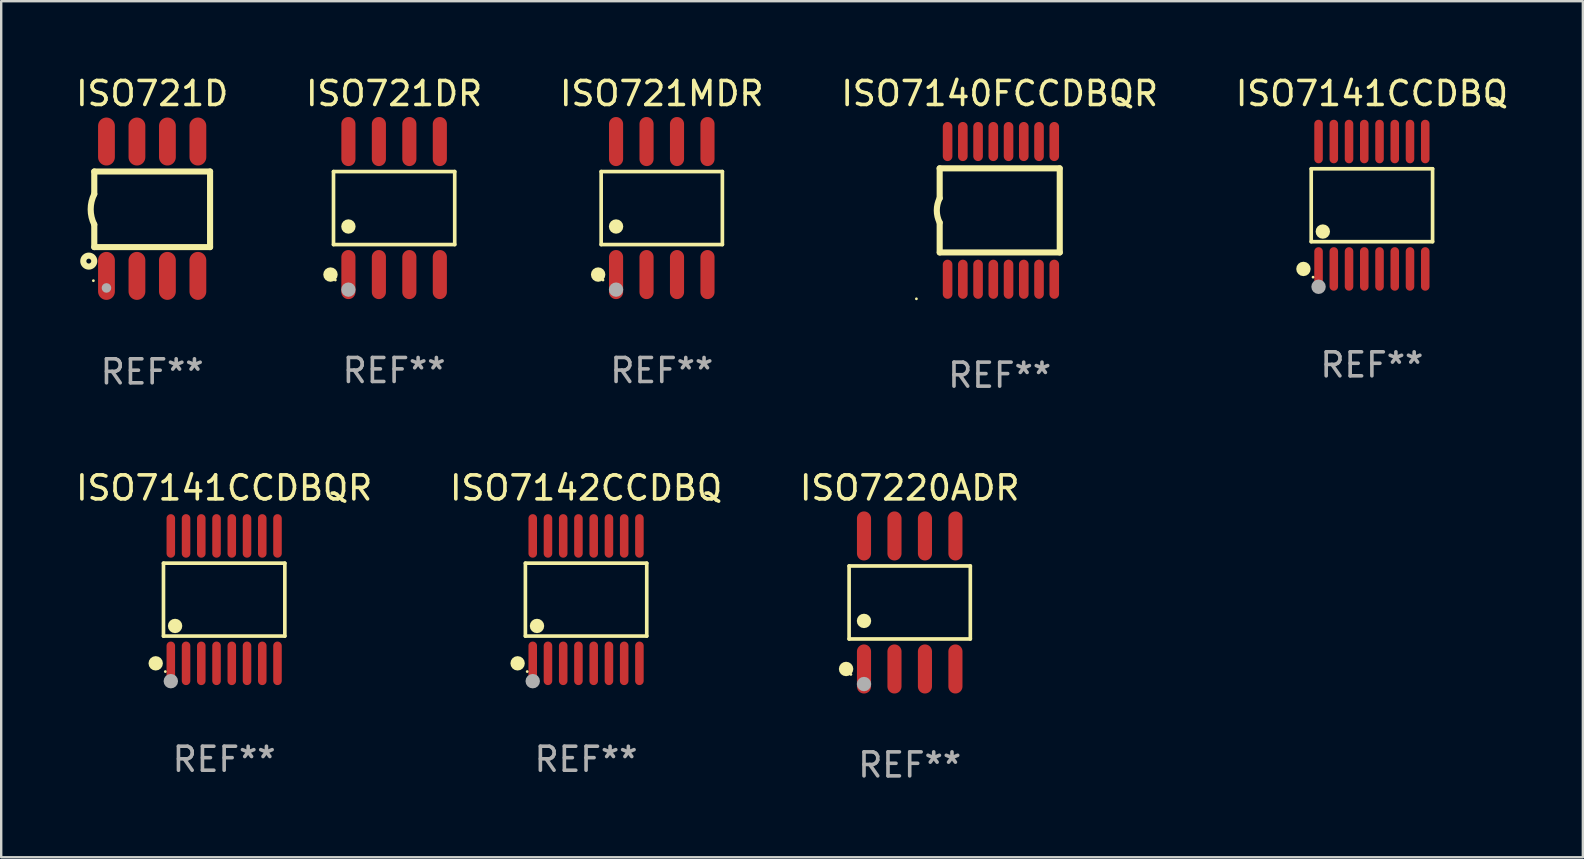
<source format=kicad_pcb>
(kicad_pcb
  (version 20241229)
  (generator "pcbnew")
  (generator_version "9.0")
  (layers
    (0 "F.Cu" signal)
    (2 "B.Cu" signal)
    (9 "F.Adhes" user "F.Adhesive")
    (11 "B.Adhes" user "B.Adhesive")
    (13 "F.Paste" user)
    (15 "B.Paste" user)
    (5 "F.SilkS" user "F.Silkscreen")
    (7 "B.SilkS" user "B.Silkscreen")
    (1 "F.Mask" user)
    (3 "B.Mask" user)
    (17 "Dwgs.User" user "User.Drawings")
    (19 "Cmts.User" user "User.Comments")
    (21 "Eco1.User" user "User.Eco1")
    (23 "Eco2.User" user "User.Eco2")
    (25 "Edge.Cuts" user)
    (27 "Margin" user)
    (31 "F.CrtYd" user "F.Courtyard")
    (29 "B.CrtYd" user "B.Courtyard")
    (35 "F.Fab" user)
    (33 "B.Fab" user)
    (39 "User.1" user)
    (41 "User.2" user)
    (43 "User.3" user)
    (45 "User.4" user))
  (footprint "ISO7141CCDBQR"
    (layer "F.Cu")
    (at 6.292 21.94)
    (property "Reference" "ISO7141CCDBQR" (at 0 -4.655 0) (layer "F.SilkS") (effects (font (size 1 1) (thickness 0.15))))
    (attr through_hole)
    (fp_line (start -2.529 -1.519) (end 2.529 -1.519) (stroke (width 0.152) (type solid)) (layer "F.SilkS"))
    (fp_line (start -2.529 1.519) (end -2.529 -1.519) (stroke (width 0.152) (type solid)) (layer "F.SilkS"))
    (fp_line (start 2.529 -1.519) (end 2.529 1.519) (stroke (width 0.152) (type solid)) (layer "F.SilkS"))
    (fp_line (start 2.529 1.519) (end -2.529 1.519) (stroke (width 0.152) (type solid)) (layer "F.SilkS"))
    (fp_circle (center -2.853 2.655) (end -2.703 2.655) (stroke (width 0.3) (type solid)) (fill no) (layer "F.SilkS"))
    (fp_circle (center -2.453 2.998) (end -2.423 2.998) (stroke (width 0.06) (type solid)) (fill no) (layer "F.SilkS"))
    (fp_circle (center -2.045 1.097) (end -1.895 1.097) (stroke (width 0.3) (type solid)) (fill no) (layer "F.SilkS"))
    (fp_circle (center -2.223 3.398) (end -2.072 3.398) (stroke (width 0.3) (type solid)) (fill no) (layer "F.Fab"))
    (fp_text user "REF**" (at 0 6.655 0) (layer "F.Fab") (effects (font (size 1 1) (thickness 0.15))))
    (pad "1" smd oval (at -2.223 2.655) (size 0.356 1.815) (layers "F.Cu" "F.Mask" "F.Paste"))
    (pad "2" smd oval (at -1.588 2.655) (size 0.356 1.815) (layers "F.Cu" "F.Mask" "F.Paste"))
    (pad "3" smd oval (at -0.953 2.655) (size 0.356 1.815) (layers "F.Cu" "F.Mask" "F.Paste"))
    (pad "4" smd oval (at -0.318 2.655) (size 0.356 1.815) (layers "F.Cu" "F.Mask" "F.Paste"))
    (pad "5" smd oval (at 0.318 2.655) (size 0.356 1.815) (layers "F.Cu" "F.Mask" "F.Paste"))
    (pad "6" smd oval (at 0.953 2.655) (size 0.356 1.815) (layers "F.Cu" "F.Mask" "F.Paste"))
    (pad "7" smd oval (at 1.588 2.655) (size 0.356 1.815) (layers "F.Cu" "F.Mask" "F.Paste"))
    (pad "8" smd oval (at 2.223 2.655) (size 0.356 1.815) (layers "F.Cu" "F.Mask" "F.Paste"))
    (pad "9" smd oval (at 2.223 -2.655) (size 0.356 1.815) (layers "F.Cu" "F.Mask" "F.Paste"))
    (pad "10" smd oval (at 1.588 -2.655) (size 0.356 1.815) (layers "F.Cu" "F.Mask" "F.Paste"))
    (pad "11" smd oval (at 0.953 -2.655) (size 0.356 1.815) (layers "F.Cu" "F.Mask" "F.Paste"))
    (pad "12" smd oval (at 0.318 -2.655) (size 0.356 1.815) (layers "F.Cu" "F.Mask" "F.Paste"))
    (pad "13" smd oval (at -0.318 -2.655) (size 0.356 1.815) (layers "F.Cu" "F.Mask" "F.Paste"))
    (pad "14" smd oval (at -0.953 -2.655) (size 0.356 1.815) (layers "F.Cu" "F.Mask" "F.Paste"))
    (pad "15" smd oval (at -1.588 -2.655) (size 0.356 1.815) (layers "F.Cu" "F.Mask" "F.Paste"))
    (pad "16" smd oval (at -2.223 -2.655) (size 0.356 1.815) (layers "F.Cu" "F.Mask" "F.Paste")))
  (footprint "ISO7140FCCDBQR"
    (layer "F.Cu")
    (at 38.613 5.718)
    (property "Reference" "ISO7140FCCDBQR" (at 0 -4.87 0) (layer "F.SilkS") (effects (font (size 1 1) (thickness 0.15))))
    (attr through_hole)
    (fp_line (start -2.503 -1.753) (end 2.497 -1.753) (stroke (width 0.254) (type solid)) (layer "F.SilkS"))
    (fp_line (start -2.501 -0.508) (end -2.501 -1.753) (stroke (width 0.254) (type solid)) (layer "F.SilkS"))
    (fp_line (start -2.501 1.753) (end -2.501 0.508) (stroke (width 0.254) (type solid)) (layer "F.SilkS"))
    (fp_line (start -2.497 1.753) (end 2.503 1.753) (stroke (width 0.254) (type solid)) (layer "F.SilkS"))
    (fp_line (start 2.503 1.753) (end 2.503 -1.753) (stroke (width 0.254) (type solid)) (layer "F.SilkS"))
    (fp_arc (start -2.50127 0.508001) (mid -2.621193 0) (end -2.50127 -0.508001) (stroke (width 0.254001) (type solid)) (layer "F.SilkS"))
    (fp_circle (center -3.471 3.685) (end -3.441 3.685) (stroke (width 0.06) (type solid)) (fill no) (layer "F.SilkS"))
    (fp_text user "REF**" (at 0 6.87 0) (layer "F.Fab") (effects (font (size 1 1) (thickness 0.15))))
    (pad "1" smd oval (at -2.171 2.87 90) (size 1.63 0.4) (layers "F.Cu" "F.Mask" "F.Paste"))
    (pad "2" smd oval (at -1.536 2.87 90) (size 1.63 0.4) (layers "F.Cu" "F.Mask" "F.Paste"))
    (pad "3" smd oval (at -0.901 2.87 90) (size 1.63 0.4) (layers "F.Cu" "F.Mask" "F.Paste"))
    (pad "4" smd oval (at -0.266 2.87 90) (size 1.63 0.4) (layers "F.Cu" "F.Mask" "F.Paste"))
    (pad "5" smd oval (at 0.369 2.87 90) (size 1.63 0.4) (layers "F.Cu" "F.Mask" "F.Paste"))
    (pad "6" smd oval (at 1.004 2.87 90) (size 1.63 0.4) (layers "F.Cu" "F.Mask" "F.Paste"))
    (pad "7" smd oval (at 1.639 2.87 90) (size 1.63 0.4) (layers "F.Cu" "F.Mask" "F.Paste"))
    (pad "8" smd oval (at 2.274 2.87 90) (size 1.63 0.4) (layers "F.Cu" "F.Mask" "F.Paste"))
    (pad "9" smd oval (at 2.274 -2.87 270) (size 1.63 0.4) (layers "F.Cu" "F.Mask" "F.Paste"))
    (pad "10" smd oval (at 1.639 -2.87 270) (size 1.63 0.4) (layers "F.Cu" "F.Mask" "F.Paste"))
    (pad "11" smd oval (at 1.004 -2.87 270) (size 1.63 0.4) (layers "F.Cu" "F.Mask" "F.Paste"))
    (pad "12" smd oval (at 0.369 -2.87 270) (size 1.63 0.4) (layers "F.Cu" "F.Mask" "F.Paste"))
    (pad "13" smd oval (at -0.266 -2.87 270) (size 1.63 0.4) (layers "F.Cu" "F.Mask" "F.Paste"))
    (pad "14" smd oval (at -0.901 -2.87 270) (size 1.63 0.4) (layers "F.Cu" "F.Mask" "F.Paste"))
    (pad "15" smd oval (at -1.536 -2.87 270) (size 1.63 0.4) (layers "F.Cu" "F.Mask" "F.Paste"))
    (pad "16" smd oval (at -2.171 -2.87 270) (size 1.63 0.4) (layers "F.Cu" "F.Mask" "F.Paste")))
  (footprint "ISO721D"
    (layer "F.Cu")
    (at 3.292 5.648)
    (property "Reference" "ISO721D" (at 0 -4.8 0) (layer "F.SilkS") (effects (font (size 1 1) (thickness 0.15))))
    (attr through_hole)
    (fp_line (start -2.413 -1.55) (end -2.413 -0.61) (stroke (width 0.254) (type solid)) (layer "F.SilkS"))
    (fp_line (start -2.413 0.66) (end -2.413 1.6) (stroke (width 0.254) (type solid)) (layer "F.SilkS"))
    (fp_line (start -2.413 1.6) (end 2.413 1.6) (stroke (width 0.254) (type solid)) (layer "F.SilkS"))
    (fp_line (start 2.413 -1.55) (end -2.413 -1.55) (stroke (width 0.254) (type solid)) (layer "F.SilkS"))
    (fp_line (start 2.413 1.6) (end 2.413 -1.55) (stroke (width 0.254) (type solid)) (layer "F.SilkS"))
    (fp_arc (start -2.413005 0.6603) (mid -2.562909 0.025298) (end -2.413005 -0.609703) (stroke (width 0.254001) (type solid)) (layer "F.SilkS"))
    (fp_circle (center -2.642 2.184) (end -2.54 2.184) (stroke (width 0.254) (type solid)) (fill no) (layer "F.SilkS"))
    (fp_circle (center -2.45 3) (end -2.42 3) (stroke (width 0.06) (type solid)) (fill no) (layer "F.SilkS"))
    (fp_circle (center -1.905 3.302) (end -1.805 3.302) (stroke (width 0.2) (type solid)) (fill no) (layer "F.Fab"))
    (fp_text user "REF**" (at 0 6.8 0) (layer "F.Fab") (effects (font (size 1 1) (thickness 0.15))))
    (pad "1" smd oval (at -1.905 2.8 180) (size 0.7 2) (layers "F.Cu" "F.Mask" "F.Paste"))
    (pad "2" smd oval (at -0.635 2.8 180) (size 0.7 2) (layers "F.Cu" "F.Mask" "F.Paste"))
    (pad "3" smd oval (at 0.635 2.8 180) (size 0.7 2) (layers "F.Cu" "F.Mask" "F.Paste"))
    (pad "4" smd oval (at 1.905 2.8 180) (size 0.7 2) (layers "F.Cu" "F.Mask" "F.Paste"))
    (pad "5" smd oval (at 1.905 -2.8 180) (size 0.7 2) (layers "F.Cu" "F.Mask" "F.Paste"))
    (pad "6" smd oval (at 0.635 -2.8 180) (size 0.7 2) (layers "F.Cu" "F.Mask" "F.Paste"))
    (pad "7" smd oval (at -0.635 -2.8 180) (size 0.7 2) (layers "F.Cu" "F.Mask" "F.Paste"))
    (pad "8" smd oval (at -1.905 -2.8 180) (size 0.7 2) (layers "F.Cu" "F.Mask" "F.Paste")))
  (footprint "ISO721DR"
    (layer "F.Cu")
    (at 13.375 5.621)
    (property "Reference" "ISO721DR" (at 0 -4.772 0) (layer "F.SilkS") (effects (font (size 1 1) (thickness 0.15))))
    (attr through_hole)
    (fp_line (start -2.526 -1.521) (end 2.526 -1.521) (stroke (width 0.152) (type solid)) (layer "F.SilkS"))
    (fp_line (start -2.526 1.521) (end -2.526 -1.521) (stroke (width 0.152) (type solid)) (layer "F.SilkS"))
    (fp_line (start 2.526 -1.521) (end 2.526 1.521) (stroke (width 0.152) (type solid)) (layer "F.SilkS"))
    (fp_line (start 2.526 1.521) (end -2.526 1.521) (stroke (width 0.152) (type solid)) (layer "F.SilkS"))
    (fp_circle (center -2.652 2.772) (end -2.501 2.772) (stroke (width 0.3) (type solid)) (fill no) (layer "F.SilkS"))
    (fp_circle (center -2.45 3) (end -2.42 3) (stroke (width 0.06) (type solid)) (fill no) (layer "F.SilkS"))
    (fp_circle (center -1.905 0.769) (end -1.755 0.769) (stroke (width 0.3) (type solid)) (fill no) (layer "F.SilkS"))
    (fp_circle (center -1.905 3.4) (end -1.755 3.4) (stroke (width 0.3) (type solid)) (fill no) (layer "F.Fab"))
    (fp_text user "REF**" (at 0 6.772 0) (layer "F.Fab") (effects (font (size 1 1) (thickness 0.15))))
    (pad "1" smd oval (at -1.905 2.772) (size 0.588 2.045) (layers "F.Cu" "F.Mask" "F.Paste"))
    (pad "2" smd oval (at -0.635 2.772) (size 0.588 2.045) (layers "F.Cu" "F.Mask" "F.Paste"))
    (pad "3" smd oval (at 0.635 2.772) (size 0.588 2.045) (layers "F.Cu" "F.Mask" "F.Paste"))
    (pad "4" smd oval (at 1.905 2.772) (size 0.588 2.045) (layers "F.Cu" "F.Mask" "F.Paste"))
    (pad "5" smd oval (at 1.905 -2.772) (size 0.588 2.045) (layers "F.Cu" "F.Mask" "F.Paste"))
    (pad "6" smd oval (at 0.635 -2.772) (size 0.588 2.045) (layers "F.Cu" "F.Mask" "F.Paste"))
    (pad "7" smd oval (at -0.635 -2.772) (size 0.588 2.045) (layers "F.Cu" "F.Mask" "F.Paste"))
    (pad "8" smd oval (at -1.905 -2.772) (size 0.588 2.045) (layers "F.Cu" "F.Mask" "F.Paste")))
  (footprint "ISO721MDR"
    (layer "F.Cu")
    (at 24.53 5.621)
    (property "Reference" "ISO721MDR" (at 0 -4.772 0) (layer "F.SilkS") (effects (font (size 1 1) (thickness 0.15))))
    (attr through_hole)
    (fp_line (start -2.526 -1.521) (end 2.526 -1.521) (stroke (width 0.152) (type solid)) (layer "F.SilkS"))
    (fp_line (start -2.526 1.521) (end -2.526 -1.521) (stroke (width 0.152) (type solid)) (layer "F.SilkS"))
    (fp_line (start 2.526 -1.521) (end 2.526 1.521) (stroke (width 0.152) (type solid)) (layer "F.SilkS"))
    (fp_line (start 2.526 1.521) (end -2.526 1.521) (stroke (width 0.152) (type solid)) (layer "F.SilkS"))
    (fp_circle (center -2.652 2.772) (end -2.501 2.772) (stroke (width 0.3) (type solid)) (fill no) (layer "F.SilkS"))
    (fp_circle (center -2.45 3) (end -2.42 3) (stroke (width 0.06) (type solid)) (fill no) (layer "F.SilkS"))
    (fp_circle (center -1.905 0.769) (end -1.755 0.769) (stroke (width 0.3) (type solid)) (fill no) (layer "F.SilkS"))
    (fp_circle (center -1.905 3.4) (end -1.755 3.4) (stroke (width 0.3) (type solid)) (fill no) (layer "F.Fab"))
    (fp_text user "REF**" (at 0 6.772 0) (layer "F.Fab") (effects (font (size 1 1) (thickness 0.15))))
    (pad "1" smd oval (at -1.905 2.772) (size 0.588 2.045) (layers "F.Cu" "F.Mask" "F.Paste"))
    (pad "2" smd oval (at -0.635 2.772) (size 0.588 2.045) (layers "F.Cu" "F.Mask" "F.Paste"))
    (pad "3" smd oval (at 0.635 2.772) (size 0.588 2.045) (layers "F.Cu" "F.Mask" "F.Paste"))
    (pad "4" smd oval (at 1.905 2.772) (size 0.588 2.045) (layers "F.Cu" "F.Mask" "F.Paste"))
    (pad "5" smd oval (at 1.905 -2.772) (size 0.588 2.045) (layers "F.Cu" "F.Mask" "F.Paste"))
    (pad "6" smd oval (at 0.635 -2.772) (size 0.588 2.045) (layers "F.Cu" "F.Mask" "F.Paste"))
    (pad "7" smd oval (at -0.635 -2.772) (size 0.588 2.045) (layers "F.Cu" "F.Mask" "F.Paste"))
    (pad "8" smd oval (at -1.905 -2.772) (size 0.588 2.045) (layers "F.Cu" "F.Mask" "F.Paste")))
  (footprint "ISO7220ADR"
    (layer "F.Cu")
    (at 34.863 22.058)
    (property "Reference" "ISO7220ADR" (at 0 -4.772 0) (layer "F.SilkS") (effects (font (size 1 1) (thickness 0.15))))
    (attr through_hole)
    (fp_line (start -2.526 -1.521) (end 2.526 -1.521) (stroke (width 0.152) (type solid)) (layer "F.SilkS"))
    (fp_line (start -2.526 1.521) (end -2.526 -1.521) (stroke (width 0.152) (type solid)) (layer "F.SilkS"))
    (fp_line (start 2.526 -1.521) (end 2.526 1.521) (stroke (width 0.152) (type solid)) (layer "F.SilkS"))
    (fp_line (start 2.526 1.521) (end -2.526 1.521) (stroke (width 0.152) (type solid)) (layer "F.SilkS"))
    (fp_circle (center -2.652 2.772) (end -2.501 2.772) (stroke (width 0.3) (type solid)) (fill no) (layer "F.SilkS"))
    (fp_circle (center -2.45 3) (end -2.42 3) (stroke (width 0.06) (type solid)) (fill no) (layer "F.SilkS"))
    (fp_circle (center -1.905 0.769) (end -1.755 0.769) (stroke (width 0.3) (type solid)) (fill no) (layer "F.SilkS"))
    (fp_circle (center -1.905 3.4) (end -1.755 3.4) (stroke (width 0.3) (type solid)) (fill no) (layer "F.Fab"))
    (fp_text user "REF**" (at 0 6.772 0) (layer "F.Fab") (effects (font (size 1 1) (thickness 0.15))))
    (pad "1" smd oval (at -1.905 2.772) (size 0.588 2.045) (layers "F.Cu" "F.Mask" "F.Paste"))
    (pad "2" smd oval (at -0.635 2.772) (size 0.588 2.045) (layers "F.Cu" "F.Mask" "F.Paste"))
    (pad "3" smd oval (at 0.635 2.772) (size 0.588 2.045) (layers "F.Cu" "F.Mask" "F.Paste"))
    (pad "4" smd oval (at 1.905 2.772) (size 0.588 2.045) (layers "F.Cu" "F.Mask" "F.Paste"))
    (pad "5" smd oval (at 1.905 -2.772) (size 0.588 2.045) (layers "F.Cu" "F.Mask" "F.Paste"))
    (pad "6" smd oval (at 0.635 -2.772) (size 0.588 2.045) (layers "F.Cu" "F.Mask" "F.Paste"))
    (pad "7" smd oval (at -0.635 -2.772) (size 0.588 2.045) (layers "F.Cu" "F.Mask" "F.Paste"))
    (pad "8" smd oval (at -1.905 -2.772) (size 0.588 2.045) (layers "F.Cu" "F.Mask" "F.Paste")))
  (footprint "ISO7142CCDBQ"
    (layer "F.Cu")
    (at 21.375 21.94)
    (property "Reference" "ISO7142CCDBQ" (at 0 -4.655 0) (layer "F.SilkS") (effects (font (size 1 1) (thickness 0.15))))
    (attr through_hole)
    (fp_line (start -2.529 -1.519) (end 2.529 -1.519) (stroke (width 0.152) (type solid)) (layer "F.SilkS"))
    (fp_line (start -2.529 1.519) (end -2.529 -1.519) (stroke (width 0.152) (type solid)) (layer "F.SilkS"))
    (fp_line (start 2.529 -1.519) (end 2.529 1.519) (stroke (width 0.152) (type solid)) (layer "F.SilkS"))
    (fp_line (start 2.529 1.519) (end -2.529 1.519) (stroke (width 0.152) (type solid)) (layer "F.SilkS"))
    (fp_circle (center -2.853 2.655) (end -2.703 2.655) (stroke (width 0.3) (type solid)) (fill no) (layer "F.SilkS"))
    (fp_circle (center -2.453 2.998) (end -2.423 2.998) (stroke (width 0.06) (type solid)) (fill no) (layer "F.SilkS"))
    (fp_circle (center -2.045 1.097) (end -1.895 1.097) (stroke (width 0.3) (type solid)) (fill no) (layer "F.SilkS"))
    (fp_circle (center -2.223 3.398) (end -2.072 3.398) (stroke (width 0.3) (type solid)) (fill no) (layer "F.Fab"))
    (fp_text user "REF**" (at 0 6.655 0) (layer "F.Fab") (effects (font (size 1 1) (thickness 0.15))))
    (pad "1" smd oval (at -2.223 2.655) (size 0.356 1.815) (layers "F.Cu" "F.Mask" "F.Paste"))
    (pad "2" smd oval (at -1.588 2.655) (size 0.356 1.815) (layers "F.Cu" "F.Mask" "F.Paste"))
    (pad "3" smd oval (at -0.953 2.655) (size 0.356 1.815) (layers "F.Cu" "F.Mask" "F.Paste"))
    (pad "4" smd oval (at -0.318 2.655) (size 0.356 1.815) (layers "F.Cu" "F.Mask" "F.Paste"))
    (pad "5" smd oval (at 0.318 2.655) (size 0.356 1.815) (layers "F.Cu" "F.Mask" "F.Paste"))
    (pad "6" smd oval (at 0.953 2.655) (size 0.356 1.815) (layers "F.Cu" "F.Mask" "F.Paste"))
    (pad "7" smd oval (at 1.588 2.655) (size 0.356 1.815) (layers "F.Cu" "F.Mask" "F.Paste"))
    (pad "8" smd oval (at 2.223 2.655) (size 0.356 1.815) (layers "F.Cu" "F.Mask" "F.Paste"))
    (pad "9" smd oval (at 2.223 -2.655) (size 0.356 1.815) (layers "F.Cu" "F.Mask" "F.Paste"))
    (pad "10" smd oval (at 1.588 -2.655) (size 0.356 1.815) (layers "F.Cu" "F.Mask" "F.Paste"))
    (pad "11" smd oval (at 0.953 -2.655) (size 0.356 1.815) (layers "F.Cu" "F.Mask" "F.Paste"))
    (pad "12" smd oval (at 0.318 -2.655) (size 0.356 1.815) (layers "F.Cu" "F.Mask" "F.Paste"))
    (pad "13" smd oval (at -0.318 -2.655) (size 0.356 1.815) (layers "F.Cu" "F.Mask" "F.Paste"))
    (pad "14" smd oval (at -0.953 -2.655) (size 0.356 1.815) (layers "F.Cu" "F.Mask" "F.Paste"))
    (pad "15" smd oval (at -1.588 -2.655) (size 0.356 1.815) (layers "F.Cu" "F.Mask" "F.Paste"))
    (pad "16" smd oval (at -2.223 -2.655) (size 0.356 1.815) (layers "F.Cu" "F.Mask" "F.Paste")))
  (footprint "ISO7141CCDBQ"
    (layer "F.Cu")
    (at 54.125 5.503)
    (property "Reference" "ISO7141CCDBQ" (at 0 -4.655 0) (layer "F.SilkS") (effects (font (size 1 1) (thickness 0.15))))
    (attr through_hole)
    (fp_line (start -2.529 -1.519) (end 2.529 -1.519) (stroke (width 0.152) (type solid)) (layer "F.SilkS"))
    (fp_line (start -2.529 1.519) (end -2.529 -1.519) (stroke (width 0.152) (type solid)) (layer "F.SilkS"))
    (fp_line (start 2.529 -1.519) (end 2.529 1.519) (stroke (width 0.152) (type solid)) (layer "F.SilkS"))
    (fp_line (start 2.529 1.519) (end -2.529 1.519) (stroke (width 0.152) (type solid)) (layer "F.SilkS"))
    (fp_circle (center -2.853 2.655) (end -2.703 2.655) (stroke (width 0.3) (type solid)) (fill no) (layer "F.SilkS"))
    (fp_circle (center -2.453 2.998) (end -2.423 2.998) (stroke (width 0.06) (type solid)) (fill no) (layer "F.SilkS"))
    (fp_circle (center -2.045 1.097) (end -1.895 1.097) (stroke (width 0.3) (type solid)) (fill no) (layer "F.SilkS"))
    (fp_circle (center -2.223 3.398) (end -2.072 3.398) (stroke (width 0.3) (type solid)) (fill no) (layer "F.Fab"))
    (fp_text user "REF**" (at 0 6.655 0) (layer "F.Fab") (effects (font (size 1 1) (thickness 0.15))))
    (pad "1" smd oval (at -2.223 2.655) (size 0.356 1.815) (layers "F.Cu" "F.Mask" "F.Paste"))
    (pad "2" smd oval (at -1.588 2.655) (size 0.356 1.815) (layers "F.Cu" "F.Mask" "F.Paste"))
    (pad "3" smd oval (at -0.953 2.655) (size 0.356 1.815) (layers "F.Cu" "F.Mask" "F.Paste"))
    (pad "4" smd oval (at -0.318 2.655) (size 0.356 1.815) (layers "F.Cu" "F.Mask" "F.Paste"))
    (pad "5" smd oval (at 0.318 2.655) (size 0.356 1.815) (layers "F.Cu" "F.Mask" "F.Paste"))
    (pad "6" smd oval (at 0.953 2.655) (size 0.356 1.815) (layers "F.Cu" "F.Mask" "F.Paste"))
    (pad "7" smd oval (at 1.588 2.655) (size 0.356 1.815) (layers "F.Cu" "F.Mask" "F.Paste"))
    (pad "8" smd oval (at 2.223 2.655) (size 0.356 1.815) (layers "F.Cu" "F.Mask" "F.Paste"))
    (pad "9" smd oval (at 2.223 -2.655) (size 0.356 1.815) (layers "F.Cu" "F.Mask" "F.Paste"))
    (pad "10" smd oval (at 1.588 -2.655) (size 0.356 1.815) (layers "F.Cu" "F.Mask" "F.Paste"))
    (pad "11" smd oval (at 0.953 -2.655) (size 0.356 1.815) (layers "F.Cu" "F.Mask" "F.Paste"))
    (pad "12" smd oval (at 0.318 -2.655) (size 0.356 1.815) (layers "F.Cu" "F.Mask" "F.Paste"))
    (pad "13" smd oval (at -0.318 -2.655) (size 0.356 1.815) (layers "F.Cu" "F.Mask" "F.Paste"))
    (pad "14" smd oval (at -0.953 -2.655) (size 0.356 1.815) (layers "F.Cu" "F.Mask" "F.Paste"))
    (pad "15" smd oval (at -1.588 -2.655) (size 0.356 1.815) (layers "F.Cu" "F.Mask" "F.Paste"))
    (pad "16" smd oval (at -2.223 -2.655) (size 0.356 1.815) (layers "F.Cu" "F.Mask" "F.Paste")))
  (gr_rect
    (start -3 -3)
    (end 62.917 32.678)
    (stroke (width 0.1) (type default))
    (fill no)
    (layer "Edge.Cuts")))
</source>
